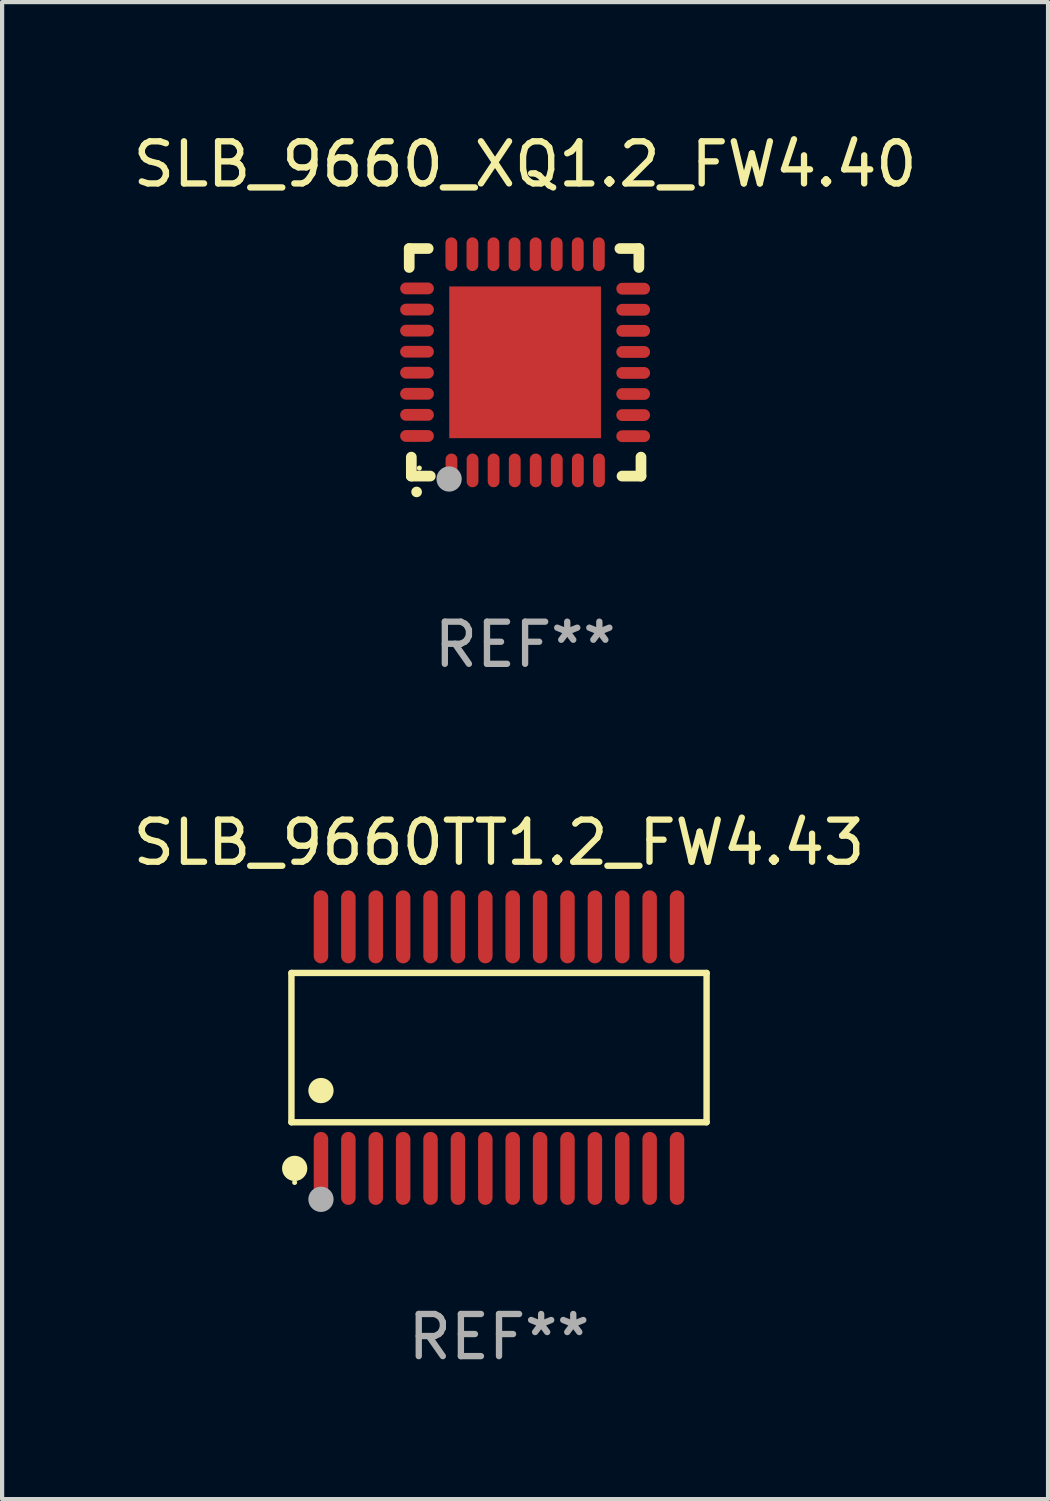
<source format=kicad_pcb>
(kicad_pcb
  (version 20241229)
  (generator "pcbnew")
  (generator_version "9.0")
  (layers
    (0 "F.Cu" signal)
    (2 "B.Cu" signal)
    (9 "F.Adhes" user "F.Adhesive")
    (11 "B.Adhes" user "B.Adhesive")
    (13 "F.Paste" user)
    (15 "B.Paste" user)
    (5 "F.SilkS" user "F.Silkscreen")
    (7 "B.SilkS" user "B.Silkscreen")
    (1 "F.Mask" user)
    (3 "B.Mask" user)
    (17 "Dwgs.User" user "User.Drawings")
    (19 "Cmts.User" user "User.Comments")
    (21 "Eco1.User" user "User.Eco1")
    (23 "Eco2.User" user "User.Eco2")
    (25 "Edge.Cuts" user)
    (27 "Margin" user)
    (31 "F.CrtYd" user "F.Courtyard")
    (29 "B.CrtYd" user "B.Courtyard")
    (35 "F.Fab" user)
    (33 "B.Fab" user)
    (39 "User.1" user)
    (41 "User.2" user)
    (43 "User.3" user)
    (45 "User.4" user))
  (footprint "SLB_9660_XQ1.2_FW4.40"
    (layer "F.Cu")
    (at 9.411 5.548)
    (property "Reference" "SLB_9660_XQ1.2_FW4.40" (at 0 -4.7 0) (layer "F.SilkS") (effects (font (size 1 1) (thickness 0.15))))
    (attr through_hole)
    (fp_line (start -2.75 -2.7) (end -2.75 -2.25) (stroke (width 0.254) (type solid)) (layer "F.SilkS"))
    (fp_line (start -2.7 2.7) (end -2.7 2.25) (stroke (width 0.254) (type solid)) (layer "F.SilkS"))
    (fp_line (start -2.3 -2.7) (end -2.75 -2.7) (stroke (width 0.254) (type solid)) (layer "F.SilkS"))
    (fp_line (start -2.25 2.7) (end -2.7 2.7) (stroke (width 0.254) (type solid)) (layer "F.SilkS"))
    (fp_line (start 2.3 2.7) (end 2.75 2.7) (stroke (width 0.254) (type solid)) (layer "F.SilkS"))
    (fp_line (start 2.7 -2.7) (end 2.25 -2.7) (stroke (width 0.254) (type solid)) (layer "F.SilkS"))
    (fp_line (start 2.7 -2.25) (end 2.7 -2.7) (stroke (width 0.254) (type solid)) (layer "F.SilkS"))
    (fp_line (start 2.75 2.7) (end 2.75 2.25) (stroke (width 0.254) (type solid)) (layer "F.SilkS"))
    (fp_arc (start -2.575565 3.075946) (mid -2.574295 3.07594) (end -2.573025 3.075946) (stroke (width 0.25) (type solid)) (layer "F.SilkS"))
    (fp_circle (center -2.51 2.51) (end -2.48 2.51) (stroke (width 0.06) (type solid)) (fill no) (layer "F.SilkS"))
    (fp_circle (center -1.803 2.769) (end -1.653 2.769) (stroke (width 0.3) (type solid)) (fill no) (layer "F.Fab"))
    (fp_text user "REF**" (at 0 6.7 0) (layer "F.Fab") (effects (font (size 1 1) (thickness 0.15))))
    (pad "1" smd oval (at -1.747 2.565) (size 0.28 0.8) (layers "F.Cu" "F.Mask" "F.Paste"))
    (pad "2" smd oval (at -1.247 2.565) (size 0.28 0.8) (layers "F.Cu" "F.Mask" "F.Paste"))
    (pad "3" smd oval (at -0.747 2.565) (size 0.28 0.8) (layers "F.Cu" "F.Mask" "F.Paste"))
    (pad "4" smd oval (at -0.246 2.565) (size 0.28 0.8) (layers "F.Cu" "F.Mask" "F.Paste"))
    (pad "5" smd oval (at 0.252 2.565) (size 0.28 0.8) (layers "F.Cu" "F.Mask" "F.Paste"))
    (pad "6" smd oval (at 0.752 2.565) (size 0.28 0.8) (layers "F.Cu" "F.Mask" "F.Paste"))
    (pad "7" smd oval (at 1.252 2.565) (size 0.28 0.8) (layers "F.Cu" "F.Mask" "F.Paste"))
    (pad "8" smd oval (at 1.753 2.565) (size 0.28 0.8) (layers "F.Cu" "F.Mask" "F.Paste"))
    (pad "9" smd oval (at 2.565 1.753) (size 0.8 0.28) (layers "F.Cu" "F.Mask" "F.Paste"))
    (pad "10" smd oval (at 2.565 1.252) (size 0.8 0.28) (layers "F.Cu" "F.Mask" "F.Paste"))
    (pad "11" smd oval (at 2.565 0.752) (size 0.8 0.28) (layers "F.Cu" "F.Mask" "F.Paste"))
    (pad "12" smd oval (at 2.565 0.252) (size 0.8 0.28) (layers "F.Cu" "F.Mask" "F.Paste"))
    (pad "13" smd oval (at 2.565 -0.246) (size 0.8 0.28) (layers "F.Cu" "F.Mask" "F.Paste"))
    (pad "14" smd oval (at 2.565 -0.747) (size 0.8 0.28) (layers "F.Cu" "F.Mask" "F.Paste"))
    (pad "15" smd oval (at 2.565 -1.247) (size 0.8 0.28) (layers "F.Cu" "F.Mask" "F.Paste"))
    (pad "16" smd oval (at 2.565 -1.747) (size 0.8 0.28) (layers "F.Cu" "F.Mask" "F.Paste"))
    (pad "17" smd oval (at 1.75 -2.565) (size 0.28 0.8) (layers "F.Cu" "F.Mask" "F.Paste"))
    (pad "18" smd oval (at 1.25 -2.565) (size 0.28 0.8) (layers "F.Cu" "F.Mask" "F.Paste"))
    (pad "19" smd oval (at 0.75 -2.565) (size 0.28 0.8) (layers "F.Cu" "F.Mask" "F.Paste"))
    (pad "20" smd oval (at 0.25 -2.565) (size 0.28 0.8) (layers "F.Cu" "F.Mask" "F.Paste"))
    (pad "21" smd oval (at -0.25 -2.565) (size 0.28 0.8) (layers "F.Cu" "F.Mask" "F.Paste"))
    (pad "22" smd oval (at -0.75 -2.565) (size 0.28 0.8) (layers "F.Cu" "F.Mask" "F.Paste"))
    (pad "23" smd oval (at -1.25 -2.565) (size 0.28 0.8) (layers "F.Cu" "F.Mask" "F.Paste"))
    (pad "24" smd oval (at -1.75 -2.565) (size 0.28 0.8) (layers "F.Cu" "F.Mask" "F.Paste"))
    (pad "25" smd oval (at -2.565 -1.753) (size 0.8 0.28) (layers "F.Cu" "F.Mask" "F.Paste"))
    (pad "26" smd oval (at -2.565 -1.252) (size 0.8 0.28) (layers "F.Cu" "F.Mask" "F.Paste"))
    (pad "27" smd oval (at -2.565 -0.752) (size 0.8 0.28) (layers "F.Cu" "F.Mask" "F.Paste"))
    (pad "28" smd oval (at -2.565 -0.251) (size 0.8 0.28) (layers "F.Cu" "F.Mask" "F.Paste"))
    (pad "29" smd oval (at -2.565 0.246) (size 0.8 0.28) (layers "F.Cu" "F.Mask" "F.Paste"))
    (pad "30" smd oval (at -2.565 0.747) (size 0.8 0.28) (layers "F.Cu" "F.Mask" "F.Paste"))
    (pad "31" smd oval (at -2.565 1.247) (size 0.8 0.28) (layers "F.Cu" "F.Mask" "F.Paste"))
    (pad "32" smd oval (at -2.565 1.748) (size 0.8 0.28) (layers "F.Cu" "F.Mask" "F.Paste"))
    (pad "33" smd rect (at 0.000076 0.000076) (size 3.6 3.6) (layers "F.Cu" "F.Mask" "F.Paste")))
  (footprint "SLB_9660TT1.2_FW4.43"
    (layer "F.Cu")
    (at 8.792 21.811)
    (property "Reference" "SLB_9660TT1.2_FW4.43" (at 0 -4.866 0) (layer "F.SilkS") (effects (font (size 1 1) (thickness 0.15))))
    (attr through_hole)
    (fp_line (start -4.926 -1.772) (end 4.926 -1.772) (stroke (width 0.152) (type solid)) (layer "F.SilkS"))
    (fp_line (start -4.926 1.771) (end -4.926 -1.772) (stroke (width 0.152) (type solid)) (layer "F.SilkS"))
    (fp_line (start 4.926 -1.772) (end 4.926 1.771) (stroke (width 0.152) (type solid)) (layer "F.SilkS"))
    (fp_line (start 4.926 1.771) (end -4.926 1.771) (stroke (width 0.152) (type solid)) (layer "F.SilkS"))
    (fp_circle (center -4.85 3.2) (end -4.82 3.2) (stroke (width 0.06) (type solid)) (fill no) (layer "F.SilkS"))
    (fp_circle (center -4.849 2.866) (end -4.699 2.866) (stroke (width 0.3) (type solid)) (fill no) (layer "F.SilkS"))
    (fp_circle (center -4.225 1.019) (end -4.075 1.019) (stroke (width 0.3) (type solid)) (fill no) (layer "F.SilkS"))
    (fp_circle (center -4.225 3.6) (end -4.075 3.6) (stroke (width 0.3) (type solid)) (fill no) (layer "F.Fab"))
    (fp_text user "REF**" (at 0 6.866 0) (layer "F.Fab") (effects (font (size 1 1) (thickness 0.15))))
    (pad "1" smd oval (at -4.225 2.866) (size 0.343 1.731) (layers "F.Cu" "F.Mask" "F.Paste"))
    (pad "2" smd oval (at -3.575 2.866) (size 0.343 1.731) (layers "F.Cu" "F.Mask" "F.Paste"))
    (pad "3" smd oval (at -2.925 2.866) (size 0.343 1.731) (layers "F.Cu" "F.Mask" "F.Paste"))
    (pad "4" smd oval (at -2.275 2.866) (size 0.343 1.731) (layers "F.Cu" "F.Mask" "F.Paste"))
    (pad "5" smd oval (at -1.625 2.866) (size 0.343 1.731) (layers "F.Cu" "F.Mask" "F.Paste"))
    (pad "6" smd oval (at -0.975 2.866) (size 0.343 1.731) (layers "F.Cu" "F.Mask" "F.Paste"))
    (pad "7" smd oval (at -0.325 2.866) (size 0.343 1.731) (layers "F.Cu" "F.Mask" "F.Paste"))
    (pad "8" smd oval (at 0.325 2.866) (size 0.343 1.731) (layers "F.Cu" "F.Mask" "F.Paste"))
    (pad "9" smd oval (at 0.975 2.866) (size 0.343 1.731) (layers "F.Cu" "F.Mask" "F.Paste"))
    (pad "10" smd oval (at 1.625 2.866) (size 0.343 1.731) (layers "F.Cu" "F.Mask" "F.Paste"))
    (pad "11" smd oval (at 2.275 2.866) (size 0.343 1.731) (layers "F.Cu" "F.Mask" "F.Paste"))
    (pad "12" smd oval (at 2.925 2.866) (size 0.343 1.731) (layers "F.Cu" "F.Mask" "F.Paste"))
    (pad "13" smd oval (at 3.575 2.866) (size 0.343 1.731) (layers "F.Cu" "F.Mask" "F.Paste"))
    (pad "14" smd oval (at 4.225 2.866) (size 0.343 1.731) (layers "F.Cu" "F.Mask" "F.Paste"))
    (pad "15" smd oval (at 4.225 -2.866) (size 0.343 1.731) (layers "F.Cu" "F.Mask" "F.Paste"))
    (pad "16" smd oval (at 3.575 -2.866) (size 0.343 1.731) (layers "F.Cu" "F.Mask" "F.Paste"))
    (pad "17" smd oval (at 2.925 -2.866) (size 0.343 1.731) (layers "F.Cu" "F.Mask" "F.Paste"))
    (pad "18" smd oval (at 2.275 -2.866) (size 0.343 1.731) (layers "F.Cu" "F.Mask" "F.Paste"))
    (pad "19" smd oval (at 1.625 -2.866) (size 0.343 1.731) (layers "F.Cu" "F.Mask" "F.Paste"))
    (pad "20" smd oval (at 0.975 -2.866) (size 0.343 1.731) (layers "F.Cu" "F.Mask" "F.Paste"))
    (pad "21" smd oval (at 0.325 -2.866) (size 0.343 1.731) (layers "F.Cu" "F.Mask" "F.Paste"))
    (pad "22" smd oval (at -0.325 -2.866) (size 0.343 1.731) (layers "F.Cu" "F.Mask" "F.Paste"))
    (pad "23" smd oval (at -0.975 -2.866) (size 0.343 1.731) (layers "F.Cu" "F.Mask" "F.Paste"))
    (pad "24" smd oval (at -1.625 -2.866) (size 0.343 1.731) (layers "F.Cu" "F.Mask" "F.Paste"))
    (pad "25" smd oval (at -2.275 -2.866) (size 0.343 1.731) (layers "F.Cu" "F.Mask" "F.Paste"))
    (pad "26" smd oval (at -2.925 -2.866) (size 0.343 1.731) (layers "F.Cu" "F.Mask" "F.Paste"))
    (pad "27" smd oval (at -3.575 -2.866) (size 0.343 1.731) (layers "F.Cu" "F.Mask" "F.Paste"))
    (pad "28" smd oval (at -4.225 -2.866) (size 0.343 1.731) (layers "F.Cu" "F.Mask" "F.Paste")))
  (gr_rect
    (start -3 -3)
    (end 21.821 32.525)
    (stroke (width 0.1) (type default))
    (fill no)
    (layer "Edge.Cuts")))
</source>
